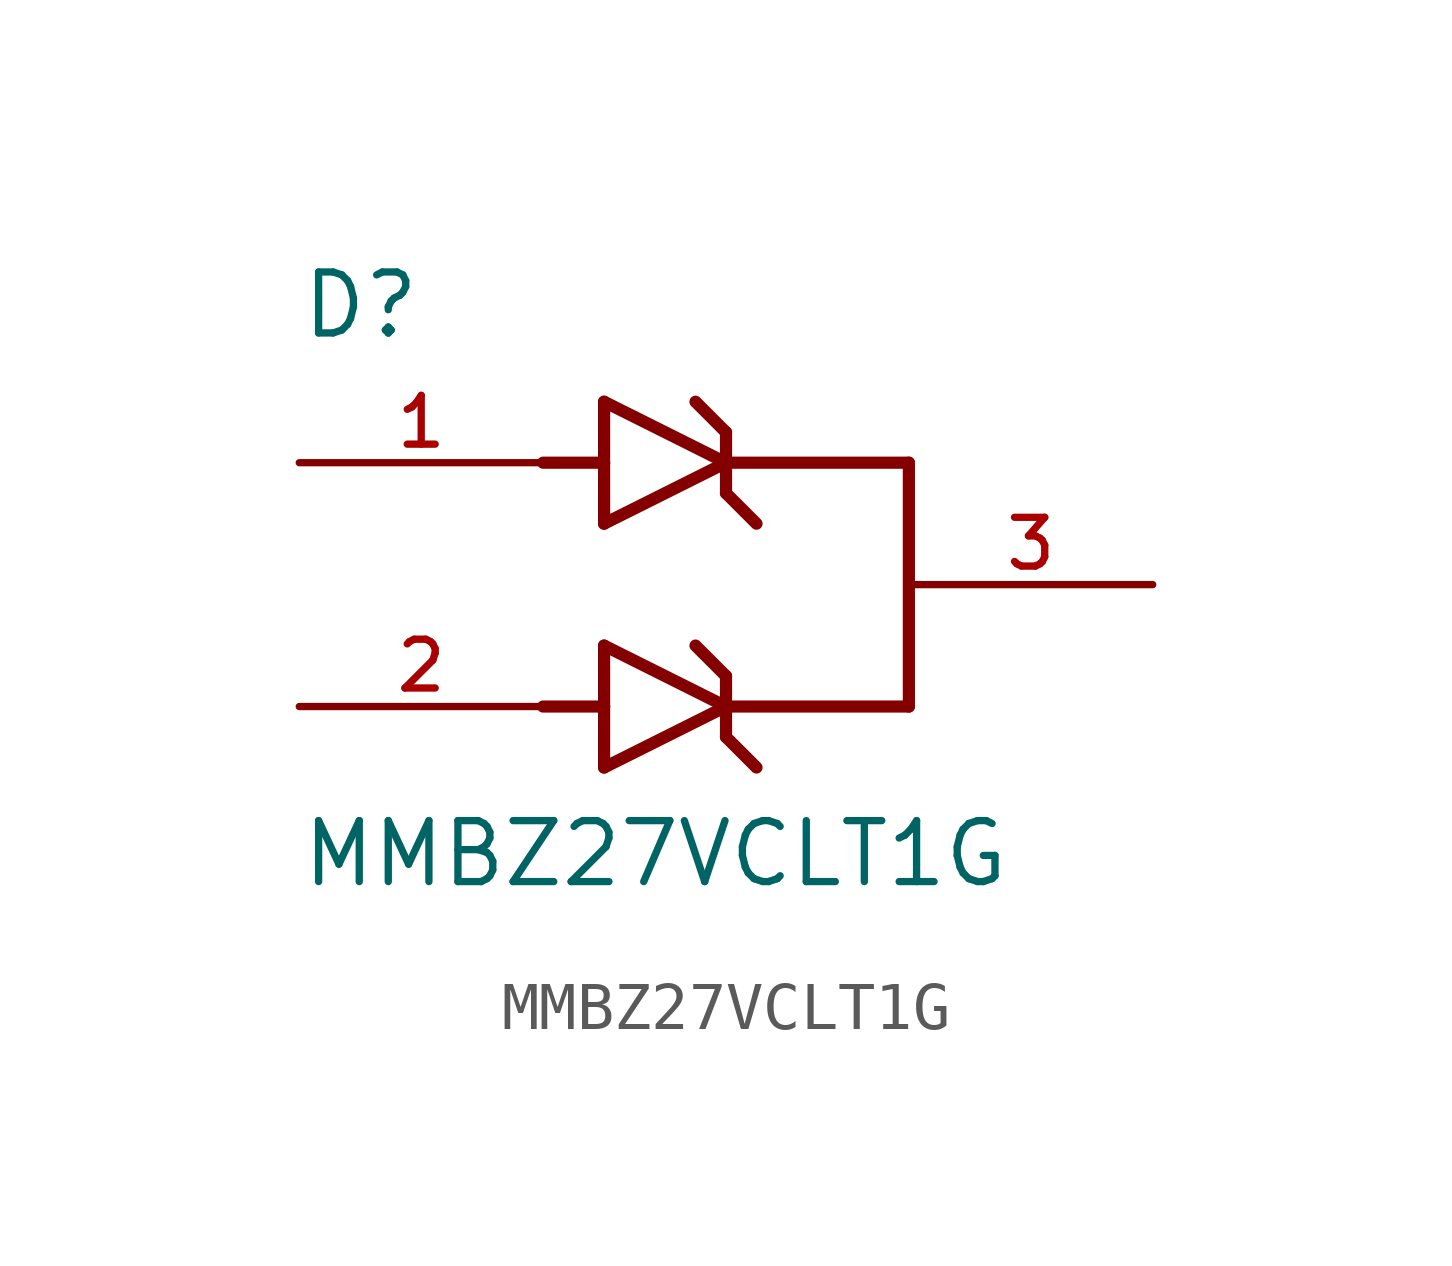
<source format=kicad_sym>
(kicad_symbol_lib
  (version 20211014)
  (generator kicad_symbol_editor)
  (symbol "MMBZ27VCLT1G"
    (pin_names
      (offset 1.016))
    (property "Reference" "D"
      (at -7.62 5.08 0)
      (effects (font (size 1.27 1.27)) (justify bottom left)))
    (property "Value" "MMBZ27VCLT1G"
      (at -7.62 -6.35 0)
      (effects (font (size 1.27 1.27)) (justify bottom left)))
    (symbol "MMBZ27VCLT1G_0_0"
      (polyline (pts (xy 5.08 2.54) (xy 5.08 -2.54)) (stroke (width 0.254)))
      (polyline (pts (xy -1.27 -3.81) (xy 1.27 -2.54)) (stroke (width 0.254)))
      (polyline (pts (xy 1.27 -2.54) (xy -1.27 -1.27)) (stroke (width 0.254)))
      (polyline (pts (xy 1.27 -1.905) (xy 1.27 -2.54)) (stroke (width 0.254)))
      (polyline (pts (xy -1.27 -1.27) (xy -1.27 -2.54)) (stroke (width 0.254)))
      (polyline (pts (xy -1.27 -2.54) (xy -1.27 -3.81)) (stroke (width 0.254)))
      (polyline (pts (xy 1.27 -2.54) (xy 1.27 -3.175)) (stroke (width 0.254)))
      (polyline (pts (xy -2.54 -2.54) (xy -1.27 -2.54)) (stroke (width 0.254)))
      (polyline (pts (xy 5.08 -2.54) (xy 1.27 -2.54)) (stroke (width 0.254)))
      (polyline (pts (xy 0.635 -1.27) (xy 1.27 -1.905)) (stroke (width 0.254)))
      (polyline (pts (xy 1.27 -3.175) (xy 1.905 -3.81)) (stroke (width 0.254)))
      (polyline (pts (xy -1.27 1.27) (xy 1.27 2.54)) (stroke (width 0.254)))
      (polyline (pts (xy 1.27 2.54) (xy -1.27 3.81)) (stroke (width 0.254)))
      (polyline (pts (xy 1.27 3.175) (xy 1.27 2.54)) (stroke (width 0.254)))
      (polyline (pts (xy -1.27 3.81) (xy -1.27 2.54)) (stroke (width 0.254)))
      (polyline (pts (xy -1.27 2.54) (xy -1.27 1.27)) (stroke (width 0.254)))
      (polyline (pts (xy 1.27 2.54) (xy 1.27 1.905)) (stroke (width 0.254)))
      (polyline (pts (xy -2.54 2.54) (xy -1.27 2.54)) (stroke (width 0.254)))
      (polyline (pts (xy 5.08 2.54) (xy 1.27 2.54)) (stroke (width 0.254)))
      (polyline (pts (xy 0.635 3.81) (xy 1.27 3.175)) (stroke (width 0.254)))
      (polyline (pts (xy 1.27 1.905) (xy 1.905 1.27)) (stroke (width 0.254)))
      (pin passive line (at -7.62 2.54 0) (length 5.08) (name "~" (effects (font (size 1.016 1.016)))) (number "1" (effects (font (size 1.016 1.016)))))
      (pin passive line (at 10.16 0.0 180.0) (length 5.08) (name "~" (effects (font (size 1.016 1.016)))) (number "3" (effects (font (size 1.016 1.016)))))
      (pin passive line (at -7.62 -2.54 0) (length 5.08) (name "~" (effects (font (size 1.016 1.016)))) (number "2" (effects (font (size 1.016 1.016))))))))
</source>
